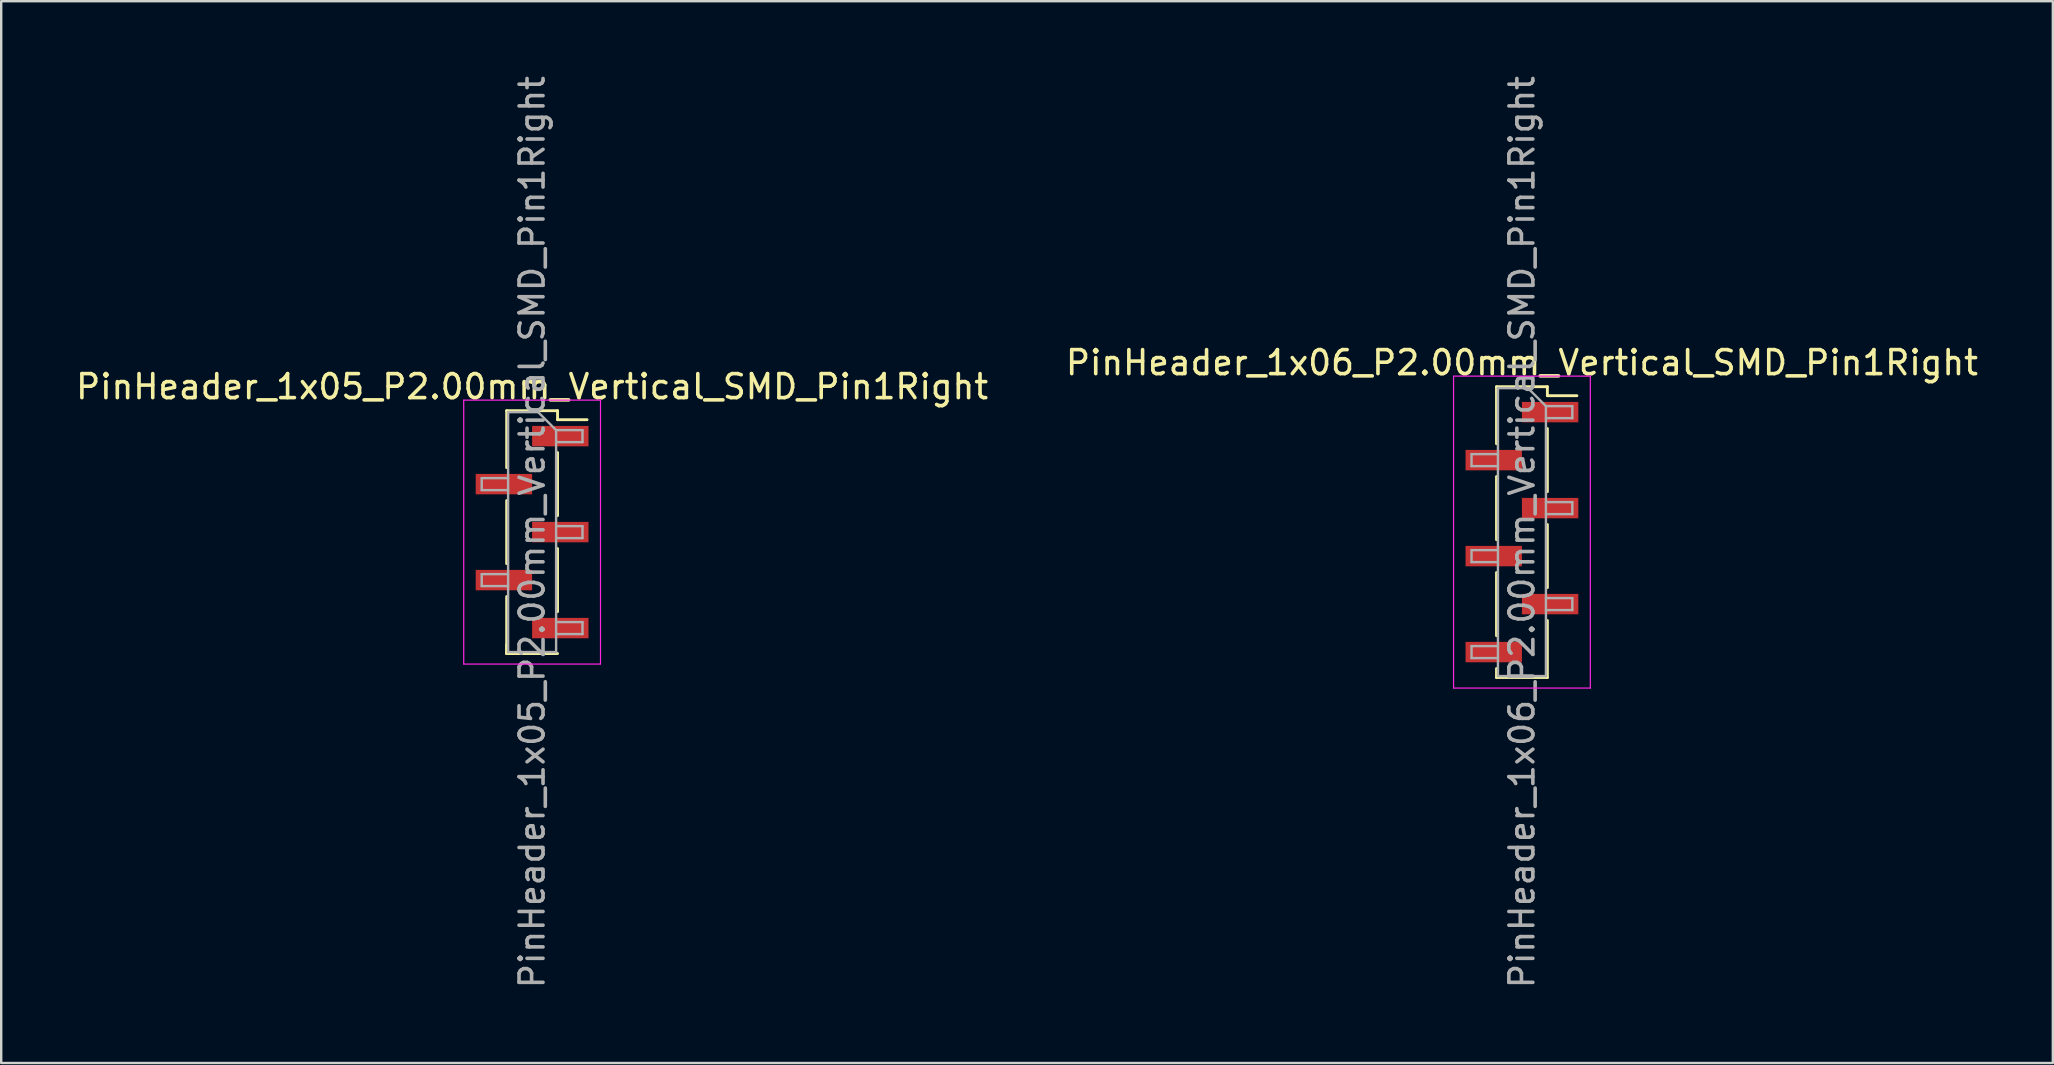
<source format=kicad_pcb>
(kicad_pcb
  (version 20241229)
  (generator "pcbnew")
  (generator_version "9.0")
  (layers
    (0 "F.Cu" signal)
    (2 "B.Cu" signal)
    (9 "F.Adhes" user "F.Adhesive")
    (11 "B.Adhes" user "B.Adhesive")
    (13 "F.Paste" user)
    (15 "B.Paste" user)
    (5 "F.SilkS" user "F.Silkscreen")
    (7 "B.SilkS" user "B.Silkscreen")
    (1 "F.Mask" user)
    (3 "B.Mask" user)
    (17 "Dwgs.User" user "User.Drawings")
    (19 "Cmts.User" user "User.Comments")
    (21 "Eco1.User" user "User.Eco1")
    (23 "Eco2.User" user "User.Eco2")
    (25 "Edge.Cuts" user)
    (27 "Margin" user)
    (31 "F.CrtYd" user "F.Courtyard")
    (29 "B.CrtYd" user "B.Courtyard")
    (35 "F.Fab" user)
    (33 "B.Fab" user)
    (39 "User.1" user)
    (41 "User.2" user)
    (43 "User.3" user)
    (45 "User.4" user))
  (footprint "PinHeader_1x05_P2.00mm_Vertical_SMD_Pin1Right"
    (layer "F.Cu")
    (at 19.125 19.125)
    (property "Reference" "PinHeader_1x05_P2.00mm_Vertical_SMD_Pin1Right" (at 0 -6.06 0) (layer "F.SilkS") (effects (font (size 1 1) (thickness 0.15))))
    (attr smd)
    (fp_line (start -1.06 -5.06) (end -1.06 -2.685) (stroke (width 0.12) (type solid)) (layer "F.SilkS"))
    (fp_line (start -1.06 -5.06) (end 1.06 -5.06) (stroke (width 0.12) (type solid)) (layer "F.SilkS"))
    (fp_line (start -1.06 -1.315) (end -1.06 1.315) (stroke (width 0.12) (type solid)) (layer "F.SilkS"))
    (fp_line (start -1.06 2.685) (end -1.06 5.06) (stroke (width 0.12) (type solid)) (layer "F.SilkS"))
    (fp_line (start -1.06 4.685) (end -1.06 5.06) (stroke (width 0.12) (type solid)) (layer "F.SilkS"))
    (fp_line (start -1.06 5.06) (end 1.06 5.06) (stroke (width 0.12) (type solid)) (layer "F.SilkS"))
    (fp_line (start 1.06 -5.06) (end 1.06 -4.685) (stroke (width 0.12) (type solid)) (layer "F.SilkS"))
    (fp_line (start 1.06 -4.685) (end 2.29 -4.685) (stroke (width 0.12) (type solid)) (layer "F.SilkS"))
    (fp_line (start 1.06 -3.315) (end 1.06 -0.685) (stroke (width 0.12) (type solid)) (layer "F.SilkS"))
    (fp_line (start 1.06 0.685) (end 1.06 3.315) (stroke (width 0.12) (type solid)) (layer "F.SilkS"))
    (fp_line (start -2.85 -5.5) (end -2.85 5.5) (stroke (width 0.05) (type solid)) (layer "F.CrtYd"))
    (fp_line (start -2.85 5.5) (end 2.85 5.5) (stroke (width 0.05) (type solid)) (layer "F.CrtYd"))
    (fp_line (start 2.85 -5.5) (end -2.85 -5.5) (stroke (width 0.05) (type solid)) (layer "F.CrtYd"))
    (fp_line (start 2.85 5.5) (end 2.85 -5.5) (stroke (width 0.05) (type solid)) (layer "F.CrtYd"))
    (fp_line (start -2.1 -2.25) (end -2.1 -1.75) (stroke (width 0.1) (type solid)) (layer "F.Fab"))
    (fp_line (start -2.1 -1.75) (end -1 -1.75) (stroke (width 0.1) (type solid)) (layer "F.Fab"))
    (fp_line (start -2.1 1.75) (end -2.1 2.25) (stroke (width 0.1) (type solid)) (layer "F.Fab"))
    (fp_line (start -2.1 2.25) (end -1 2.25) (stroke (width 0.1) (type solid)) (layer "F.Fab"))
    (fp_line (start -1 -5) (end -1 5) (stroke (width 0.1) (type solid)) (layer "F.Fab"))
    (fp_line (start -1 -5) (end 0.25 -5) (stroke (width 0.1) (type solid)) (layer "F.Fab"))
    (fp_line (start -1 -2.25) (end -2.1 -2.25) (stroke (width 0.1) (type solid)) (layer "F.Fab"))
    (fp_line (start -1 1.75) (end -2.1 1.75) (stroke (width 0.1) (type solid)) (layer "F.Fab"))
    (fp_line (start 1 -4.25) (end 0.25 -5) (stroke (width 0.1) (type solid)) (layer "F.Fab"))
    (fp_line (start 1 -4.25) (end 2.1 -4.25) (stroke (width 0.1) (type solid)) (layer "F.Fab"))
    (fp_line (start 1 -0.25) (end 2.1 -0.25) (stroke (width 0.1) (type solid)) (layer "F.Fab"))
    (fp_line (start 1 3.75) (end 2.1 3.75) (stroke (width 0.1) (type solid)) (layer "F.Fab"))
    (fp_line (start 1 5) (end -1 5) (stroke (width 0.1) (type solid)) (layer "F.Fab"))
    (fp_line (start 1 5) (end 1 -4.25) (stroke (width 0.1) (type solid)) (layer "F.Fab"))
    (fp_line (start 2.1 -4.25) (end 2.1 -3.75) (stroke (width 0.1) (type solid)) (layer "F.Fab"))
    (fp_line (start 2.1 -3.75) (end 1 -3.75) (stroke (width 0.1) (type solid)) (layer "F.Fab"))
    (fp_line (start 2.1 -0.25) (end 2.1 0.25) (stroke (width 0.1) (type solid)) (layer "F.Fab"))
    (fp_line (start 2.1 0.25) (end 1 0.25) (stroke (width 0.1) (type solid)) (layer "F.Fab"))
    (fp_line (start 2.1 3.75) (end 2.1 4.25) (stroke (width 0.1) (type solid)) (layer "F.Fab"))
    (fp_line (start 2.1 4.25) (end 1 4.25) (stroke (width 0.1) (type solid)) (layer "F.Fab"))
    (fp_text user "${REFERENCE}" (at 0 0 90) (layer "F.Fab") (effects (font (size 1 1) (thickness 0.15))))
    (pad "1" smd rect (at 1.175 -4) (size 2.35 0.85) (layers "F.Cu" "F.Mask" "F.Paste"))
    (pad "2" smd rect (at -1.175 -2) (size 2.35 0.85) (layers "F.Cu" "F.Mask" "F.Paste"))
    (pad "3" smd rect (at 1.175 0) (size 2.35 0.85) (layers "F.Cu" "F.Mask" "F.Paste"))
    (pad "4" smd rect (at -1.175 2) (size 2.35 0.85) (layers "F.Cu" "F.Mask" "F.Paste"))
    (pad "5" smd rect (at 1.175 4) (size 2.35 0.85) (layers "F.Cu" "F.Mask" "F.Paste")))
  (footprint "PinHeader_1x06_P2.00mm_Vertical_SMD_Pin1Right"
    (layer "F.Cu")
    (at 60.375 19.125)
    (property "Reference" "PinHeader_1x06_P2.00mm_Vertical_SMD_Pin1Right" (at 0 -7.06 0) (layer "F.SilkS") (effects (font (size 1 1) (thickness 0.15))))
    (attr smd)
    (fp_line (start -1.06 -6.06) (end -1.06 -3.685) (stroke (width 0.12) (type solid)) (layer "F.SilkS"))
    (fp_line (start -1.06 -6.06) (end 1.06 -6.06) (stroke (width 0.12) (type solid)) (layer "F.SilkS"))
    (fp_line (start -1.06 -2.315) (end -1.06 0.315) (stroke (width 0.12) (type solid)) (layer "F.SilkS"))
    (fp_line (start -1.06 1.685) (end -1.06 4.315) (stroke (width 0.12) (type solid)) (layer "F.SilkS"))
    (fp_line (start -1.06 5.685) (end -1.06 6.06) (stroke (width 0.12) (type solid)) (layer "F.SilkS"))
    (fp_line (start -1.06 6.06) (end 1.06 6.06) (stroke (width 0.12) (type solid)) (layer "F.SilkS"))
    (fp_line (start 1.06 -6.06) (end 1.06 -5.685) (stroke (width 0.12) (type solid)) (layer "F.SilkS"))
    (fp_line (start 1.06 -5.685) (end 2.29 -5.685) (stroke (width 0.12) (type solid)) (layer "F.SilkS"))
    (fp_line (start 1.06 -4.315) (end 1.06 -1.685) (stroke (width 0.12) (type solid)) (layer "F.SilkS"))
    (fp_line (start 1.06 -0.315) (end 1.06 2.315) (stroke (width 0.12) (type solid)) (layer "F.SilkS"))
    (fp_line (start 1.06 3.685) (end 1.06 6.06) (stroke (width 0.12) (type solid)) (layer "F.SilkS"))
    (fp_line (start -2.85 -6.5) (end -2.85 6.5) (stroke (width 0.05) (type solid)) (layer "F.CrtYd"))
    (fp_line (start -2.85 6.5) (end 2.85 6.5) (stroke (width 0.05) (type solid)) (layer "F.CrtYd"))
    (fp_line (start 2.85 -6.5) (end -2.85 -6.5) (stroke (width 0.05) (type solid)) (layer "F.CrtYd"))
    (fp_line (start 2.85 6.5) (end 2.85 -6.5) (stroke (width 0.05) (type solid)) (layer "F.CrtYd"))
    (fp_line (start -2.1 -3.25) (end -2.1 -2.75) (stroke (width 0.1) (type solid)) (layer "F.Fab"))
    (fp_line (start -2.1 -2.75) (end -1 -2.75) (stroke (width 0.1) (type solid)) (layer "F.Fab"))
    (fp_line (start -2.1 0.75) (end -2.1 1.25) (stroke (width 0.1) (type solid)) (layer "F.Fab"))
    (fp_line (start -2.1 1.25) (end -1 1.25) (stroke (width 0.1) (type solid)) (layer "F.Fab"))
    (fp_line (start -2.1 4.75) (end -2.1 5.25) (stroke (width 0.1) (type solid)) (layer "F.Fab"))
    (fp_line (start -2.1 5.25) (end -1 5.25) (stroke (width 0.1) (type solid)) (layer "F.Fab"))
    (fp_line (start -1 -6) (end -1 6) (stroke (width 0.1) (type solid)) (layer "F.Fab"))
    (fp_line (start -1 -6) (end 0.25 -6) (stroke (width 0.1) (type solid)) (layer "F.Fab"))
    (fp_line (start -1 -3.25) (end -2.1 -3.25) (stroke (width 0.1) (type solid)) (layer "F.Fab"))
    (fp_line (start -1 0.75) (end -2.1 0.75) (stroke (width 0.1) (type solid)) (layer "F.Fab"))
    (fp_line (start -1 4.75) (end -2.1 4.75) (stroke (width 0.1) (type solid)) (layer "F.Fab"))
    (fp_line (start 1 -5.25) (end 0.25 -6) (stroke (width 0.1) (type solid)) (layer "F.Fab"))
    (fp_line (start 1 -5.25) (end 2.1 -5.25) (stroke (width 0.1) (type solid)) (layer "F.Fab"))
    (fp_line (start 1 -1.25) (end 2.1 -1.25) (stroke (width 0.1) (type solid)) (layer "F.Fab"))
    (fp_line (start 1 2.75) (end 2.1 2.75) (stroke (width 0.1) (type solid)) (layer "F.Fab"))
    (fp_line (start 1 6) (end -1 6) (stroke (width 0.1) (type solid)) (layer "F.Fab"))
    (fp_line (start 1 6) (end 1 -5.25) (stroke (width 0.1) (type solid)) (layer "F.Fab"))
    (fp_line (start 2.1 -5.25) (end 2.1 -4.75) (stroke (width 0.1) (type solid)) (layer "F.Fab"))
    (fp_line (start 2.1 -4.75) (end 1 -4.75) (stroke (width 0.1) (type solid)) (layer "F.Fab"))
    (fp_line (start 2.1 -1.25) (end 2.1 -0.75) (stroke (width 0.1) (type solid)) (layer "F.Fab"))
    (fp_line (start 2.1 -0.75) (end 1 -0.75) (stroke (width 0.1) (type solid)) (layer "F.Fab"))
    (fp_line (start 2.1 2.75) (end 2.1 3.25) (stroke (width 0.1) (type solid)) (layer "F.Fab"))
    (fp_line (start 2.1 3.25) (end 1 3.25) (stroke (width 0.1) (type solid)) (layer "F.Fab"))
    (fp_text user "${REFERENCE}" (at 0 0 90) (layer "F.Fab") (effects (font (size 1 1) (thickness 0.15))))
    (pad "1" smd rect (at 1.175 -5) (size 2.35 0.85) (layers "F.Cu" "F.Mask" "F.Paste"))
    (pad "2" smd rect (at -1.175 -3) (size 2.35 0.85) (layers "F.Cu" "F.Mask" "F.Paste"))
    (pad "3" smd rect (at 1.175 -1) (size 2.35 0.85) (layers "F.Cu" "F.Mask" "F.Paste"))
    (pad "4" smd rect (at -1.175 1) (size 2.35 0.85) (layers "F.Cu" "F.Mask" "F.Paste"))
    (pad "5" smd rect (at 1.175 3) (size 2.35 0.85) (layers "F.Cu" "F.Mask" "F.Paste"))
    (pad "6" smd rect (at -1.175 5) (size 2.35 0.85) (layers "F.Cu" "F.Mask" "F.Paste")))
  (gr_rect
    (start -3 -3)
    (end 82.5 41.25)
    (stroke (width 0.1) (type default))
    (fill no)
    (layer "Edge.Cuts")))
</source>
